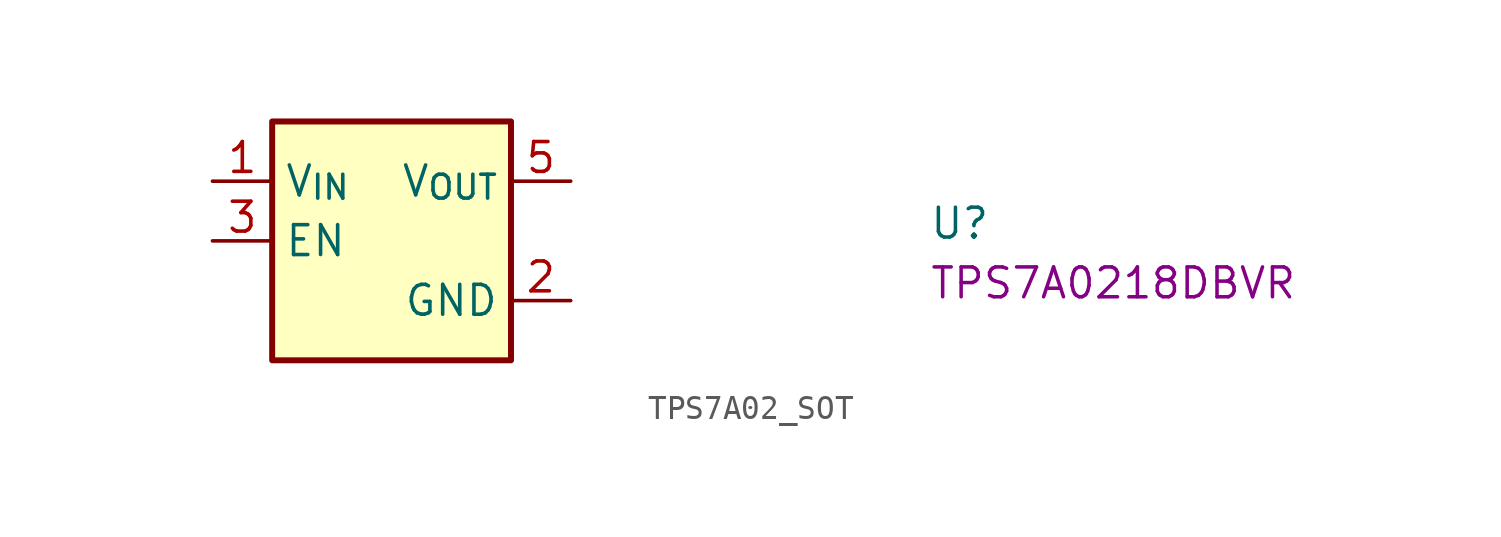
<source format=kicad_sym>
(kicad_symbol_lib
  (version 20220914)
  (generator kicad_symbol_editor)
  (symbol "TPS7A02_SOT"
    (property "Reference" "U"
      (at 30.48 -2.54 0)
      (effects (font (size 1.27 1.27) (thickness 0.15)) (justify left bottom)))
    (property "MPN" "TPS7A0218DBVR"
      (at 30.48 -5.08 0)
      (effects (font (size 1.27 1.27) (thickness 0.15)) (justify left bottom)))
    (symbol "TPS7A02_SOT_1_1"
      (rectangle (start 2.54 2.54) (end 12.7 -7.62) (stroke (width 0.254) (type default)) (fill (type background)))
      (pin power_in line (at 0 0 0) (length 2.54) (name "V_{IN}" (effects (font (size 1.27 1.27)))) (number "1" (effects (font (size 1.27 1.27)))))
      (pin power_in line (at 15.24 -5.08 180) (length 2.54) (name "GND" (effects (font (size 1.27 1.27)))) (number "2" (effects (font (size 1.27 1.27)))))
      (pin input line (at 0 -2.54 0) (length 2.54) (name "EN" (effects (font (size 1.27 1.27)))) (number "3" (effects (font (size 1.27 1.27)))))
      (pin no_connect line (at 12.7 -2.54 180) (length 2.54) hide (name "NC" (effects (font (size 1.27 1.27)))) (number "4" (effects (font (size 1.27 1.27)))))
      (pin power_out line (at 15.24 0 180) (length 2.54) (name "V_{OUT}" (effects (font (size 1.27 1.27)))) (number "5" (effects (font (size 1.27 1.27))))))))
</source>
